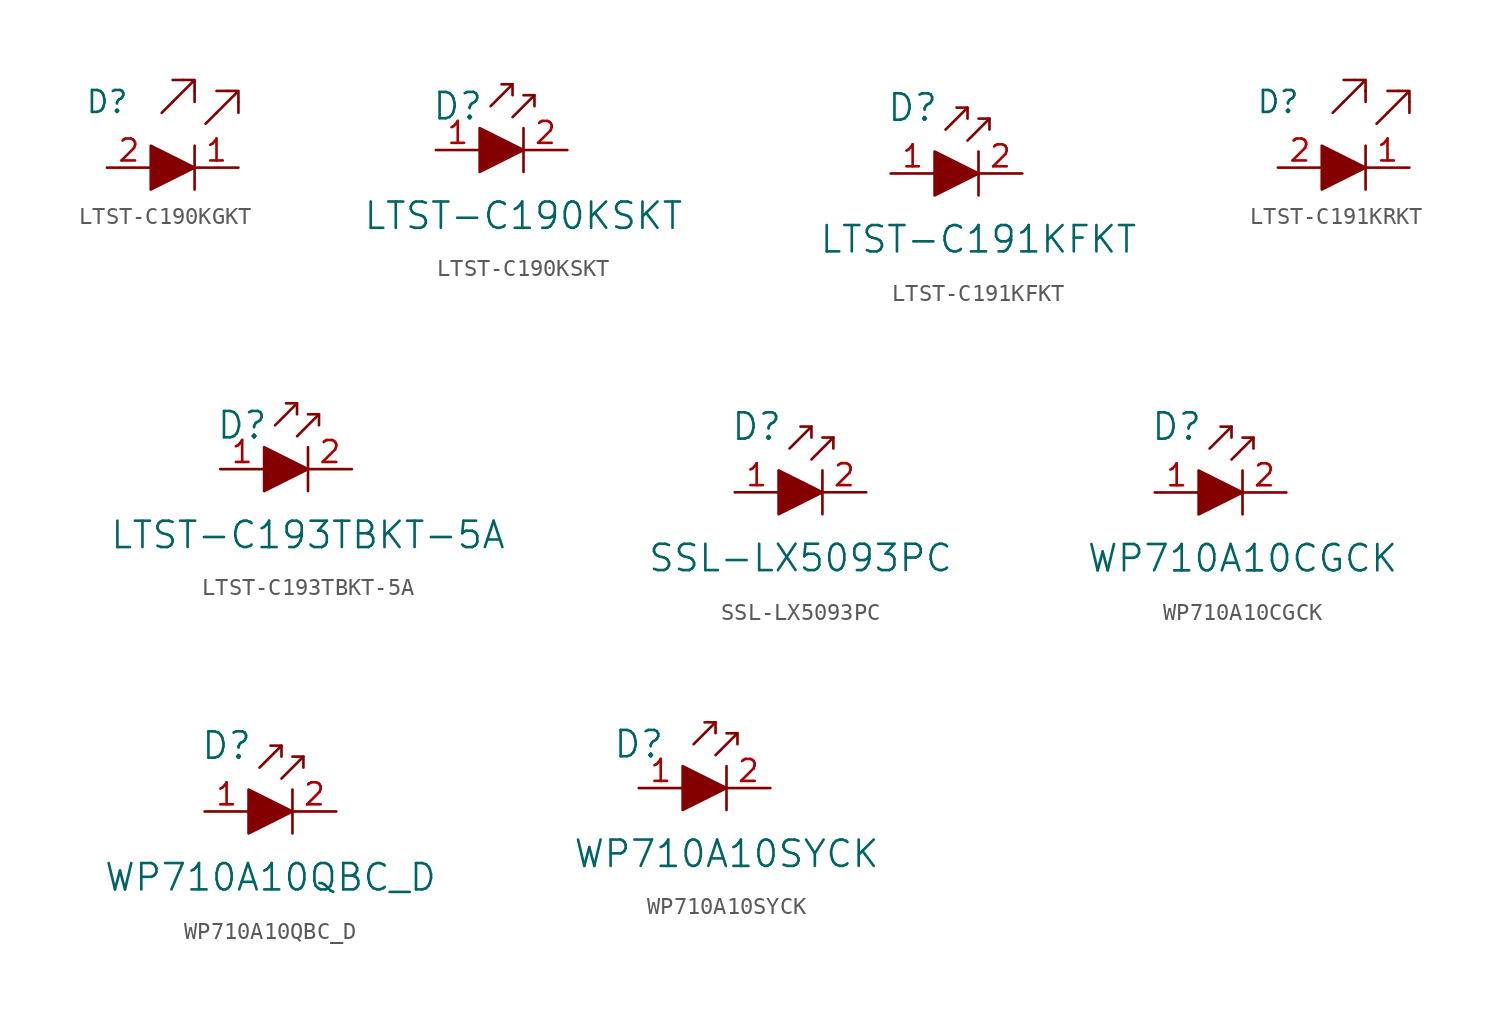
<source format=kicad_sym>
(kicad_symbol_lib
  (version 20211014)
  (generator kicad_symbol_editor)
  (symbol "LTST-C190KGKT"
    (pin_names
      (offset 0))
    (property "Reference" "D"
      (at -6.35 3.81 0)
      (effects (font (size 1.27 1.27)) (justify left)))
    (symbol "LTST-C190KGKT_0_1"
      (polyline (pts (xy 0 1.27) (xy 0 -1.27)) (stroke (width 0) (type default) (color 0 0 0 0)) (fill (type none)))
      (polyline (pts (xy -2.54 1.27) (xy -2.54 -1.27) (xy 0 0) (xy -2.54 1.27)) (stroke (width 0) (type default) (color 0 0 0 0)) (fill (type outline))))
    (symbol "LTST-C190KGKT_1_1"
      (polyline (pts (xy -1.27 3.81) (xy -1.905 3.175)) (stroke (width 0) (type default) (color 0 0 0 0)) (fill (type none)))
      (polyline (pts (xy -0.635 5.08) (xy -1.27 5.08)) (stroke (width 0) (type default) (color 0 0 0 0)) (fill (type none)))
      (polyline (pts (xy 0 4.445) (xy 0 3.81)) (stroke (width 0) (type default) (color 0 0 0 0)) (fill (type none)))
      (polyline (pts (xy 1.27 3.175) (xy 0.635 2.54)) (stroke (width 0) (type default) (color 0 0 0 0)) (fill (type none)))
      (polyline (pts (xy 1.905 4.445) (xy 1.27 4.445)) (stroke (width 0) (type default) (color 0 0 0 0)) (fill (type none)))
      (polyline (pts (xy 2.54 3.81) (xy 2.54 3.175)) (stroke (width 0) (type default) (color 0 0 0 0)) (fill (type none)))
      (polyline (pts (xy 1.27 3.175) (xy 2.54 4.445) (xy 1.905 4.445) (xy 2.54 4.445) (xy 2.54 3.81)) (stroke (width 0) (type default) (color 0 0 0 0)) (fill (type none)))
      (polyline (pts (xy 0 5.08) (xy 0 4.445) (xy 0 5.08) (xy -0.635 5.08) (xy 0 5.08) (xy -1.27 3.81)) (stroke (width 0) (type default) (color 0 0 0 0)) (fill (type none)))
      (pin output line (at 2.54 0 180) (length 2.54) (name "~" (effects (font (size 1.27 1.27)))) (number "1" (effects (font (size 1.27 1.27)))))
      (pin input line (at -5.08 0 0) (length 2.54) (name "~" (effects (font (size 1.27 1.27)))) (number "2" (effects (font (size 1.27 1.27)))))))
  (symbol "LTST-C190KSKT"
    (pin_names
      (offset 0))
    (property "Reference" "D"
      (at -3.81 2.54 0)
      (effects (font (size 1.524 1.524))))
    (property "Value" "LTST-C190KSKT"
      (at 0 -3.81 0)
      (effects (font (size 1.524 1.524))))
    (symbol "LTST-C190KSKT_0_1"
      (polyline (pts (xy -0.635 3.81) (xy -1.905 2.54)) (stroke (width 0) (type default) (color 0 0 0 0)) (fill (type none)))
      (polyline (pts (xy 0 1.27) (xy 0 -1.27)) (stroke (width 0) (type default) (color 0 0 0 0)) (fill (type none)))
      (polyline (pts (xy 0.635 3.175) (xy -0.635 1.905)) (stroke (width 0) (type default) (color 0 0 0 0)) (fill (type none)))
      (polyline (pts (xy -1.27 3.81) (xy -0.635 3.81) (xy -0.635 3.175)) (stroke (width 0) (type default) (color 0 0 0 0)) (fill (type none)))
      (polyline (pts (xy 0 3.175) (xy 0.635 3.175) (xy 0.635 2.54)) (stroke (width 0) (type default) (color 0 0 0 0)) (fill (type none)))
      (polyline (pts (xy -2.54 1.27) (xy -2.54 -1.27) (xy 0 0) (xy -2.54 1.27)) (stroke (width 0) (type default) (color 0 0 0 0)) (fill (type outline))))
    (symbol "LTST-C190KSKT_1_1"
      (pin passive line (at -5.08 0 0) (length 2.54) (name "~" (effects (font (size 1.27 1.27)))) (number "1" (effects (font (size 1.27 1.27)))))
      (pin passive line (at 2.54 0 180) (length 2.54) (name "~" (effects (font (size 1.27 1.27)))) (number "2" (effects (font (size 1.27 1.27)))))))
  (symbol "LTST-C191KFKT"
    (pin_names
      (offset 0))
    (property "Reference" "D"
      (at -3.81 3.81 0)
      (effects (font (size 1.524 1.524))))
    (property "Value" "LTST-C191KFKT"
      (at 0 -3.81 0)
      (effects (font (size 1.524 1.524))))
    (symbol "LTST-C191KFKT_0_1"
      (polyline (pts (xy -0.635 3.81) (xy -1.905 2.54)) (stroke (width 0) (type default) (color 0 0 0 0)) (fill (type none)))
      (polyline (pts (xy 0 1.27) (xy 0 -1.27)) (stroke (width 0) (type default) (color 0 0 0 0)) (fill (type none)))
      (polyline (pts (xy 0.635 3.175) (xy -0.635 1.905)) (stroke (width 0) (type default) (color 0 0 0 0)) (fill (type none)))
      (polyline (pts (xy -1.27 3.81) (xy -0.635 3.81) (xy -0.635 3.175)) (stroke (width 0) (type default) (color 0 0 0 0)) (fill (type none)))
      (polyline (pts (xy 0 3.175) (xy 0.635 3.175) (xy 0.635 2.54)) (stroke (width 0) (type default) (color 0 0 0 0)) (fill (type none)))
      (polyline (pts (xy -2.54 1.27) (xy -2.54 -1.27) (xy 0 0) (xy -2.54 1.27)) (stroke (width 0) (type default) (color 0 0 0 0)) (fill (type outline))))
    (symbol "LTST-C191KFKT_1_1"
      (pin passive line (at -5.08 0 0) (length 2.54) (name "~" (effects (font (size 1.27 1.27)))) (number "1" (effects (font (size 1.27 1.27)))))
      (pin passive line (at 2.54 0 180) (length 2.54) (name "~" (effects (font (size 1.27 1.27)))) (number "2" (effects (font (size 1.27 1.27)))))))
  (symbol "LTST-C191KRKT"
    (pin_names
      (offset 0))
    (property "Reference" "D"
      (at -6.35 3.81 0)
      (effects (font (size 1.27 1.27)) (justify left)))
    (symbol "LTST-C191KRKT_0_1"
      (polyline (pts (xy 0 1.27) (xy 0 -1.27)) (stroke (width 0) (type default) (color 0 0 0 0)) (fill (type none)))
      (polyline (pts (xy -2.54 1.27) (xy -2.54 -1.27) (xy 0 0) (xy -2.54 1.27)) (stroke (width 0) (type default) (color 0 0 0 0)) (fill (type outline))))
    (symbol "LTST-C191KRKT_1_1"
      (polyline (pts (xy -1.27 3.81) (xy -1.905 3.175)) (stroke (width 0) (type default) (color 0 0 0 0)) (fill (type none)))
      (polyline (pts (xy -0.635 5.08) (xy -1.27 5.08)) (stroke (width 0) (type default) (color 0 0 0 0)) (fill (type none)))
      (polyline (pts (xy 0 4.445) (xy 0 3.81)) (stroke (width 0) (type default) (color 0 0 0 0)) (fill (type none)))
      (polyline (pts (xy 1.27 3.175) (xy 0.635 2.54)) (stroke (width 0) (type default) (color 0 0 0 0)) (fill (type none)))
      (polyline (pts (xy 1.905 4.445) (xy 1.27 4.445)) (stroke (width 0) (type default) (color 0 0 0 0)) (fill (type none)))
      (polyline (pts (xy 2.54 3.81) (xy 2.54 3.175)) (stroke (width 0) (type default) (color 0 0 0 0)) (fill (type none)))
      (polyline (pts (xy 1.27 3.175) (xy 2.54 4.445) (xy 1.905 4.445) (xy 2.54 4.445) (xy 2.54 3.81)) (stroke (width 0) (type default) (color 0 0 0 0)) (fill (type none)))
      (polyline (pts (xy 0 5.08) (xy 0 4.445) (xy 0 5.08) (xy -0.635 5.08) (xy 0 5.08) (xy -1.27 3.81)) (stroke (width 0) (type default) (color 0 0 0 0)) (fill (type none)))
      (pin output line (at 2.54 0 180) (length 2.54) (name "~" (effects (font (size 1.27 1.27)))) (number "1" (effects (font (size 1.27 1.27)))))
      (pin input line (at -5.08 0 0) (length 2.54) (name "~" (effects (font (size 1.27 1.27)))) (number "2" (effects (font (size 1.27 1.27)))))))
  (symbol "LTST-C193TBKT-5A"
    (pin_names
      (offset 0))
    (property "Reference" "D"
      (at -3.81 2.54 0)
      (effects (font (size 1.524 1.524))))
    (property "Value" "LTST-C193TBKT-5A"
      (at 0 -3.81 0)
      (effects (font (size 1.524 1.524))))
    (symbol "LTST-C193TBKT-5A_0_1"
      (polyline (pts (xy -0.635 3.81) (xy -1.905 2.54)) (stroke (width 0) (type default) (color 0 0 0 0)) (fill (type none)))
      (polyline (pts (xy 0 1.27) (xy 0 -1.27)) (stroke (width 0) (type default) (color 0 0 0 0)) (fill (type none)))
      (polyline (pts (xy 0.635 3.175) (xy -0.635 1.905)) (stroke (width 0) (type default) (color 0 0 0 0)) (fill (type none)))
      (polyline (pts (xy -1.27 3.81) (xy -0.635 3.81) (xy -0.635 3.175)) (stroke (width 0) (type default) (color 0 0 0 0)) (fill (type none)))
      (polyline (pts (xy 0 3.175) (xy 0.635 3.175) (xy 0.635 2.54)) (stroke (width 0) (type default) (color 0 0 0 0)) (fill (type none)))
      (polyline (pts (xy -2.54 1.27) (xy -2.54 -1.27) (xy 0 0) (xy -2.54 1.27)) (stroke (width 0) (type default) (color 0 0 0 0)) (fill (type outline))))
    (symbol "LTST-C193TBKT-5A_1_1"
      (pin passive line (at -5.08 0 0) (length 2.54) (name "~" (effects (font (size 1.27 1.27)))) (number "1" (effects (font (size 1.27 1.27)))))
      (pin passive line (at 2.54 0 180) (length 2.54) (name "~" (effects (font (size 1.27 1.27)))) (number "2" (effects (font (size 1.27 1.27)))))))
  (symbol "SSL-LX5093PC"
    (pin_names
      (offset 0))
    (property "Reference" "D"
      (at -3.81 3.81 0)
      (effects (font (size 1.524 1.524))))
    (property "Value" "SSL-LX5093PC"
      (at -1.27 -3.81 0)
      (effects (font (size 1.524 1.524))))
    (symbol "SSL-LX5093PC_0_1"
      (polyline (pts (xy -0.635 3.81) (xy -1.905 2.54)) (stroke (width 0) (type default) (color 0 0 0 0)) (fill (type none)))
      (polyline (pts (xy 0 1.27) (xy 0 -1.27)) (stroke (width 0) (type default) (color 0 0 0 0)) (fill (type none)))
      (polyline (pts (xy 0.635 3.175) (xy -0.635 1.905)) (stroke (width 0) (type default) (color 0 0 0 0)) (fill (type none)))
      (polyline (pts (xy -1.27 3.81) (xy -0.635 3.81) (xy -0.635 3.175)) (stroke (width 0) (type default) (color 0 0 0 0)) (fill (type none)))
      (polyline (pts (xy 0 3.175) (xy 0.635 3.175) (xy 0.635 2.54)) (stroke (width 0) (type default) (color 0 0 0 0)) (fill (type none)))
      (polyline (pts (xy -2.54 1.27) (xy -2.54 -1.27) (xy 0 0) (xy -2.54 1.27)) (stroke (width 0) (type default) (color 0 0 0 0)) (fill (type outline))))
    (symbol "SSL-LX5093PC_1_1"
      (pin passive line (at -5.08 0 0) (length 2.54) (name "~" (effects (font (size 1.27 1.27)))) (number "1" (effects (font (size 1.27 1.27)))))
      (pin passive line (at 2.54 0 180) (length 2.54) (name "~" (effects (font (size 1.27 1.27)))) (number "2" (effects (font (size 1.27 1.27)))))))
  (symbol "WP710A10CGCK"
    (pin_names
      (offset 0))
    (property "Reference" "D"
      (at -3.81 3.81 0)
      (effects (font (size 1.524 1.524))))
    (property "Value" "WP710A10CGCK"
      (at 0 -3.81 0)
      (effects (font (size 1.524 1.524))))
    (symbol "WP710A10CGCK_0_1"
      (polyline (pts (xy -0.635 3.81) (xy -1.905 2.54)) (stroke (width 0) (type default) (color 0 0 0 0)) (fill (type none)))
      (polyline (pts (xy 0 1.27) (xy 0 -1.27)) (stroke (width 0) (type default) (color 0 0 0 0)) (fill (type none)))
      (polyline (pts (xy 0.635 3.175) (xy -0.635 1.905)) (stroke (width 0) (type default) (color 0 0 0 0)) (fill (type none)))
      (polyline (pts (xy -1.27 3.81) (xy -0.635 3.81) (xy -0.635 3.175)) (stroke (width 0) (type default) (color 0 0 0 0)) (fill (type none)))
      (polyline (pts (xy 0 3.175) (xy 0.635 3.175) (xy 0.635 2.54)) (stroke (width 0) (type default) (color 0 0 0 0)) (fill (type none)))
      (polyline (pts (xy -2.54 1.27) (xy -2.54 -1.27) (xy 0 0) (xy -2.54 1.27)) (stroke (width 0) (type default) (color 0 0 0 0)) (fill (type outline))))
    (symbol "WP710A10CGCK_1_1"
      (pin passive line (at -5.08 0 0) (length 2.54) (name "~" (effects (font (size 1.27 1.27)))) (number "1" (effects (font (size 1.27 1.27)))))
      (pin passive line (at 2.54 0 180) (length 2.54) (name "~" (effects (font (size 1.27 1.27)))) (number "2" (effects (font (size 1.27 1.27)))))))
  (symbol "WP710A10QBC_D"
    (pin_names
      (offset 0))
    (property "Reference" "D"
      (at -3.81 3.81 0)
      (effects (font (size 1.524 1.524))))
    (property "Value" "WP710A10QBC_D"
      (at -1.27 -3.81 0)
      (effects (font (size 1.524 1.524))))
    (symbol "WP710A10QBC_D_0_1"
      (polyline (pts (xy -0.635 3.81) (xy -1.905 2.54)) (stroke (width 0) (type default) (color 0 0 0 0)) (fill (type none)))
      (polyline (pts (xy 0 1.27) (xy 0 -1.27)) (stroke (width 0) (type default) (color 0 0 0 0)) (fill (type none)))
      (polyline (pts (xy 0.635 3.175) (xy -0.635 1.905)) (stroke (width 0) (type default) (color 0 0 0 0)) (fill (type none)))
      (polyline (pts (xy -1.27 3.81) (xy -0.635 3.81) (xy -0.635 3.175)) (stroke (width 0) (type default) (color 0 0 0 0)) (fill (type none)))
      (polyline (pts (xy 0 3.175) (xy 0.635 3.175) (xy 0.635 2.54)) (stroke (width 0) (type default) (color 0 0 0 0)) (fill (type none)))
      (polyline (pts (xy -2.54 1.27) (xy -2.54 -1.27) (xy 0 0) (xy -2.54 1.27)) (stroke (width 0) (type default) (color 0 0 0 0)) (fill (type outline))))
    (symbol "WP710A10QBC_D_1_1"
      (pin passive line (at -5.08 0 0) (length 2.54) (name "~" (effects (font (size 1.27 1.27)))) (number "1" (effects (font (size 1.27 1.27)))))
      (pin passive line (at 2.54 0 180) (length 2.54) (name "~" (effects (font (size 1.27 1.27)))) (number "2" (effects (font (size 1.27 1.27)))))))
  (symbol "WP710A10SYCK"
    (pin_names
      (offset 0))
    (property "Reference" "D"
      (at -5.08 2.54 0)
      (effects (font (size 1.524 1.524))))
    (property "Value" "WP710A10SYCK"
      (at 0 -3.81 0)
      (effects (font (size 1.524 1.524))))
    (symbol "WP710A10SYCK_0_1"
      (polyline (pts (xy -0.635 3.81) (xy -1.905 2.54)) (stroke (width 0) (type default) (color 0 0 0 0)) (fill (type none)))
      (polyline (pts (xy 0 1.27) (xy 0 -1.27)) (stroke (width 0) (type default) (color 0 0 0 0)) (fill (type none)))
      (polyline (pts (xy 0.635 3.175) (xy -0.635 1.905)) (stroke (width 0) (type default) (color 0 0 0 0)) (fill (type none)))
      (polyline (pts (xy -1.27 3.81) (xy -0.635 3.81) (xy -0.635 3.175)) (stroke (width 0) (type default) (color 0 0 0 0)) (fill (type none)))
      (polyline (pts (xy 0 3.175) (xy 0.635 3.175) (xy 0.635 2.54)) (stroke (width 0) (type default) (color 0 0 0 0)) (fill (type none)))
      (polyline (pts (xy -2.54 1.27) (xy -2.54 -1.27) (xy 0 0) (xy -2.54 1.27)) (stroke (width 0) (type default) (color 0 0 0 0)) (fill (type outline))))
    (symbol "WP710A10SYCK_1_1"
      (pin passive line (at -5.08 0 0) (length 2.54) (name "~" (effects (font (size 1.27 1.27)))) (number "1" (effects (font (size 1.27 1.27)))))
      (pin passive line (at 2.54 0 180) (length 2.54) (name "~" (effects (font (size 1.27 1.27)))) (number "2" (effects (font (size 1.27 1.27))))))))
</source>
